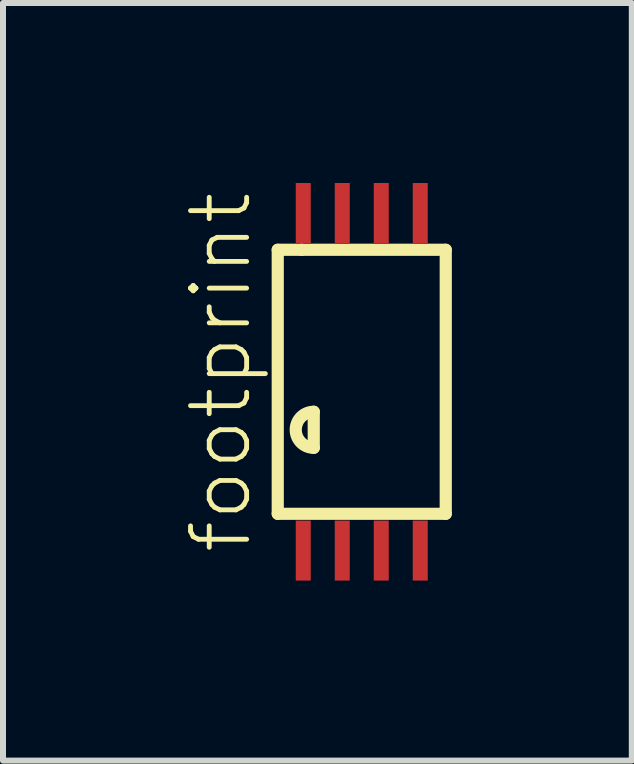
<source format=kicad_pcb>
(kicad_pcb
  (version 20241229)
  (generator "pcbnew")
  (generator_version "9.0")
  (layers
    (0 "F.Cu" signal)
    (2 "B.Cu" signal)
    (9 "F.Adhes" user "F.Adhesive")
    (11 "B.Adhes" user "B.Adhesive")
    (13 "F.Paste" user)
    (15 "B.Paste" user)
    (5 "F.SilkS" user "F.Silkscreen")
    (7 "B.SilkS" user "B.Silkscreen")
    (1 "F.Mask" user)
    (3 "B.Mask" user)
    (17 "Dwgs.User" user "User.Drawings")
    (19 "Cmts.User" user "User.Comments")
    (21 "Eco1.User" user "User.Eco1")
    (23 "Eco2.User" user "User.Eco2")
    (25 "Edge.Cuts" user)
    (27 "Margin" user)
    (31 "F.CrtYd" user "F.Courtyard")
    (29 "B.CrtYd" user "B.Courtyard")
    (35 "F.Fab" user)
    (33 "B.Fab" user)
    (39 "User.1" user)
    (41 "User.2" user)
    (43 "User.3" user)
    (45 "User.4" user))
  (footprint "footprint"
    (layer "F.Cu")
    (at 2.979 3.313)
    (property "Reference" "footprint" (at -1.8 2.9 90) (layer "F.SilkS") (effects (font (size 0.935 0.935) (thickness 0.081)) (justify left bottom)))
    (fp_line (start -1.4 -2.2) (end -1 -2.2) (stroke (width 0.203) (type solid)) (layer "F.SilkS"))
    (fp_line (start -1.4 2.2) (end -1.4 -2.2) (stroke (width 0.203) (type solid)) (layer "F.SilkS"))
    (fp_line (start -1 -2.2) (end -1.1 -2.2) (stroke (width 0.127) (type solid)) (layer "F.SilkS"))
    (fp_line (start -1 -2.2) (end 1.4 -2.2) (stroke (width 0.203) (type solid)) (layer "F.SilkS"))
    (fp_line (start -0.8 0.5) (end -0.8 1.1) (stroke (width 0.203) (type solid)) (layer "F.SilkS"))
    (fp_line (start 1.4 -2.2) (end 1.4 2.2) (stroke (width 0.203) (type solid)) (layer "F.SilkS"))
    (fp_line (start 1.4 2.2) (end -1.4 2.2) (stroke (width 0.203) (type solid)) (layer "F.SilkS"))
    (fp_arc (start -0.8 1.1) (mid -1.1 0.8) (end -0.8 0.5) (stroke (width 0.2032) (type solid)) (layer "F.SilkS"))
    (pad "1" smd rect (at -0.975 2.813) (size 0.25 1) (layers "F.Cu" "F.Mask" "F.Paste"))
    (pad "2" smd rect (at -0.325 2.813) (size 0.25 1) (layers "F.Cu" "F.Mask" "F.Paste"))
    (pad "3" smd rect (at 0.325 2.813) (size 0.25 1) (layers "F.Cu" "F.Mask" "F.Paste"))
    (pad "4" smd rect (at 0.975 2.813) (size 0.25 1) (layers "F.Cu" "F.Mask" "F.Paste"))
    (pad "5" smd rect (at 0.975 -2.813 180) (size 0.25 1) (layers "F.Cu" "F.Mask" "F.Paste"))
    (pad "6" smd rect (at 0.325 -2.813 180) (size 0.25 1) (layers "F.Cu" "F.Mask" "F.Paste"))
    (pad "7" smd rect (at -0.325 -2.813 180) (size 0.25 1) (layers "F.Cu" "F.Mask" "F.Paste"))
    (pad "8" smd rect (at -0.975 -2.813 180) (size 0.25 1) (layers "F.Cu" "F.Mask" "F.Paste")))
  (gr_rect
    (start -3 -3)
    (end 7.48 9.626)
    (stroke (width 0.1) (type default))
    (fill no)
    (layer "Edge.Cuts")))
</source>
